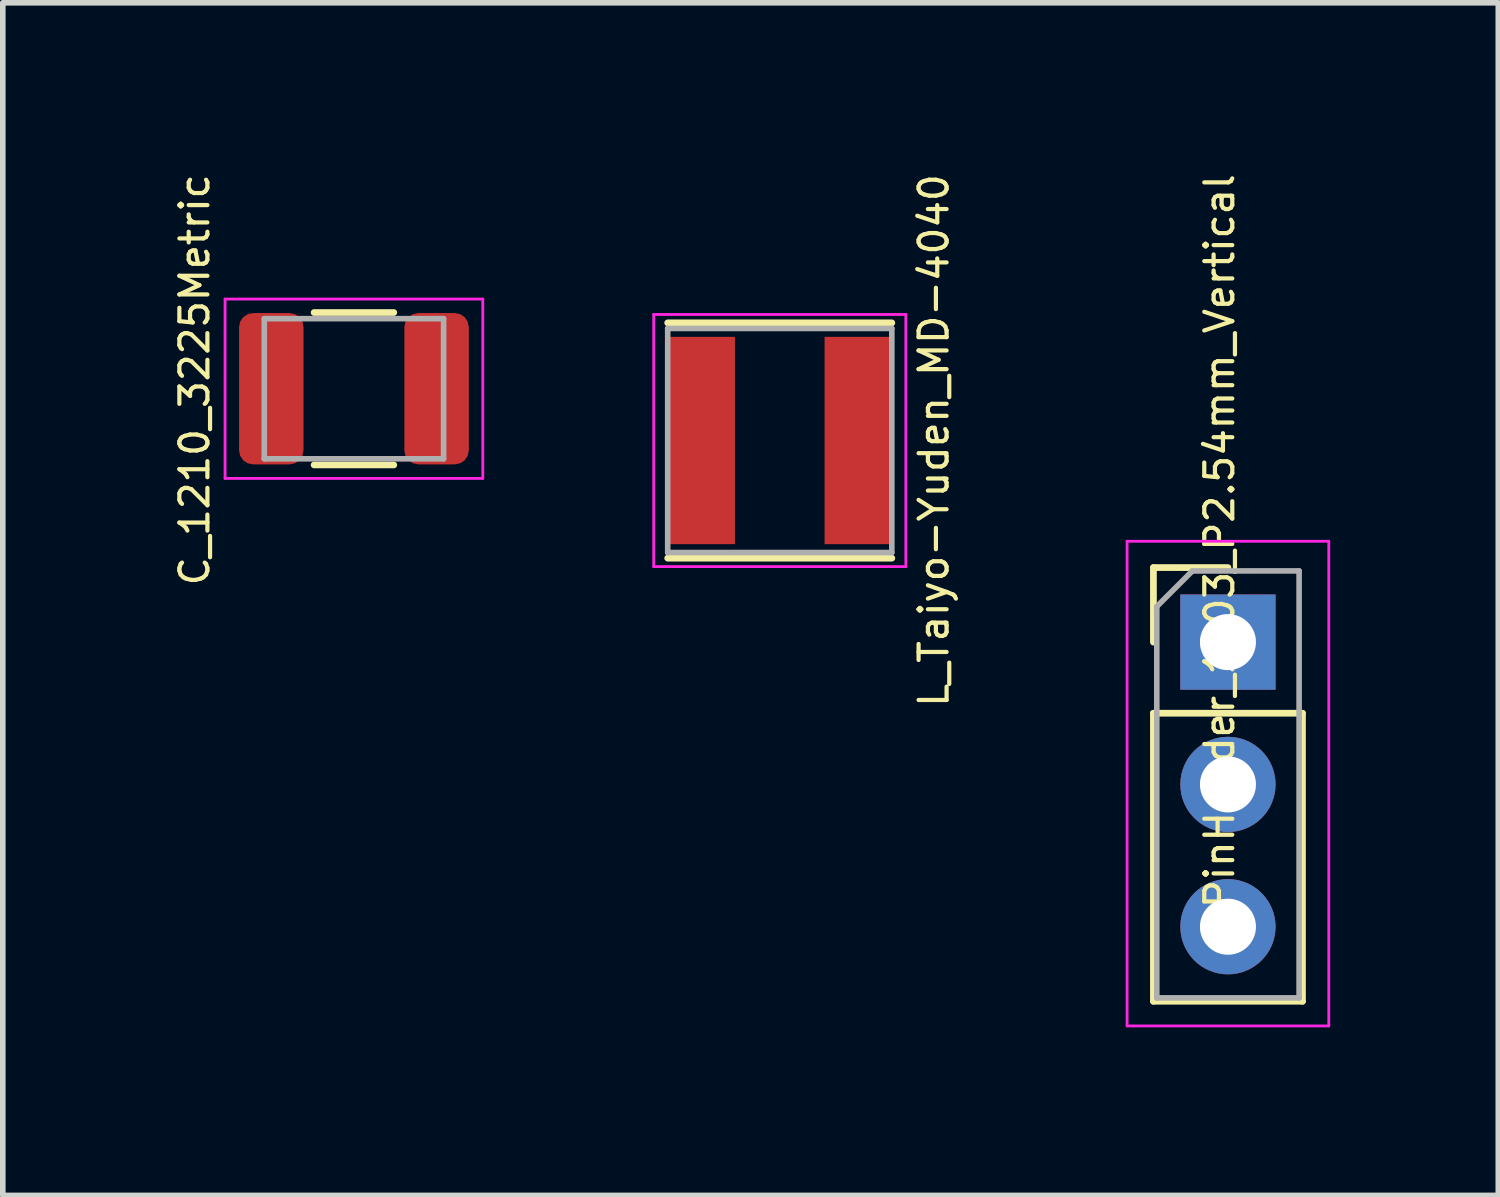
<source format=kicad_pcb>
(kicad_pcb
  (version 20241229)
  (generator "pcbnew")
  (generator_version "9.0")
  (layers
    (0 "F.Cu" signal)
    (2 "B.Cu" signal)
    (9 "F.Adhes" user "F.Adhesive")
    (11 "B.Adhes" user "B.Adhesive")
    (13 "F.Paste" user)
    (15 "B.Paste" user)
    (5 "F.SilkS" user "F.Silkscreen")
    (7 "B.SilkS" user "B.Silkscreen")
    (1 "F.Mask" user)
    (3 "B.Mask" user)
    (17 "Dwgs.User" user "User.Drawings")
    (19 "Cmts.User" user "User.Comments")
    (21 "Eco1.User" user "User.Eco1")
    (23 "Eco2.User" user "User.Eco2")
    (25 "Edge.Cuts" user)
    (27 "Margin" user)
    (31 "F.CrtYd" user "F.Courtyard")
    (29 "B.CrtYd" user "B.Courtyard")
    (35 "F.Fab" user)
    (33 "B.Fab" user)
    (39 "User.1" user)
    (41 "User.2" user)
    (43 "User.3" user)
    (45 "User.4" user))
  (footprint "C_1210_3225Metric"
    (layer "F.Cu")
    (at 3.267 3.888)
    (property "Reference" "C_1210_3225Metric" (at -2.843 -0.159 270) (layer "F.SilkS") (effects (font (size 0.5 0.5) (thickness 0.075))))
    (attr smd)
    (fp_line (start -0.711 -1.36) (end 0.711 -1.36) (stroke (width 0.12) (type solid)) (layer "F.SilkS"))
    (fp_line (start -0.711 1.36) (end 0.711 1.36) (stroke (width 0.12) (type solid)) (layer "F.SilkS"))
    (fp_line (start -2.3 -1.6) (end 2.3 -1.6) (stroke (width 0.05) (type solid)) (layer "F.CrtYd"))
    (fp_line (start -2.3 1.6) (end -2.3 -1.6) (stroke (width 0.05) (type solid)) (layer "F.CrtYd"))
    (fp_line (start 2.3 -1.6) (end 2.3 1.6) (stroke (width 0.05) (type solid)) (layer "F.CrtYd"))
    (fp_line (start 2.3 1.6) (end -2.3 1.6) (stroke (width 0.05) (type solid)) (layer "F.CrtYd"))
    (fp_line (start -1.6 -1.25) (end 1.6 -1.25) (stroke (width 0.1) (type solid)) (layer "F.Fab"))
    (fp_line (start -1.6 1.25) (end -1.6 -1.25) (stroke (width 0.1) (type solid)) (layer "F.Fab"))
    (fp_line (start 1.6 -1.25) (end 1.6 1.25) (stroke (width 0.1) (type solid)) (layer "F.Fab"))
    (fp_line (start 1.6 1.25) (end -1.6 1.25) (stroke (width 0.1) (type solid)) (layer "F.Fab"))
    (pad "1" smd roundrect (at -1.475 0) (size 1.15 2.7) (layers "F.Cu" "F.Mask" "F.Paste") (roundrect_rratio 0.217))
    (pad "2" smd roundrect (at 1.475 0) (size 1.15 2.7) (layers "F.Cu" "F.Mask" "F.Paste") (roundrect_rratio 0.217)))
  (footprint "L_Taiyo-Yuden_MD-4040"
    (layer "F.Cu")
    (at 10.867 4.812)
    (property "Reference" "L_Taiyo-Yuden_MD-4040" (at 2.75 0 270) (layer "F.SilkS") (effects (font (size 0.5 0.5) (thickness 0.075))))
    (attr smd)
    (fp_line (start -2 -2.1) (end 2 -2.1) (stroke (width 0.12) (type solid)) (layer "F.SilkS"))
    (fp_line (start -2 2.1) (end 2 2.1) (stroke (width 0.12) (type solid)) (layer "F.SilkS"))
    (fp_line (start -2.25 -2.25) (end -2.25 2.25) (stroke (width 0.05) (type solid)) (layer "F.CrtYd"))
    (fp_line (start -2.25 2.25) (end 2.25 2.25) (stroke (width 0.05) (type solid)) (layer "F.CrtYd"))
    (fp_line (start 2.25 -2.25) (end -2.25 -2.25) (stroke (width 0.05) (type solid)) (layer "F.CrtYd"))
    (fp_line (start 2.25 2.25) (end 2.25 -2.25) (stroke (width 0.05) (type solid)) (layer "F.CrtYd"))
    (fp_line (start -2 -2) (end -2 2) (stroke (width 0.1) (type solid)) (layer "F.Fab"))
    (fp_line (start -2 2) (end 2 2) (stroke (width 0.1) (type solid)) (layer "F.Fab"))
    (fp_line (start 2 -2) (end -2 -2) (stroke (width 0.1) (type solid)) (layer "F.Fab"))
    (fp_line (start 2 2) (end 2 -2) (stroke (width 0.1) (type solid)) (layer "F.Fab"))
    (pad "1" smd rect (at -1.4 0) (size 1.2 3.7) (layers "F.Cu" "F.Mask" "F.Paste"))
    (pad "2" smd rect (at 1.4 0) (size 1.2 3.7) (layers "F.Cu" "F.Mask" "F.Paste")))
  (footprint "PinHeader_1x03_P2.54mm_Vertical"
    (layer "F.Cu")
    (at 18.866 8.41)
    (property "Reference" "PinHeader_1x03_P2.54mm_Vertical" (at -0.15 -1.8 90) (layer "F.SilkS") (effects (font (size 0.5 0.5) (thickness 0.075))))
    (attr through_hole)
    (fp_line (start -1.33 -1.33) (end 0 -1.33) (stroke (width 0.12) (type solid)) (layer "F.SilkS"))
    (fp_line (start -1.33 0) (end -1.33 -1.33) (stroke (width 0.12) (type solid)) (layer "F.SilkS"))
    (fp_line (start -1.33 1.27) (end -1.33 6.41) (stroke (width 0.12) (type solid)) (layer "F.SilkS"))
    (fp_line (start -1.33 1.27) (end 1.33 1.27) (stroke (width 0.12) (type solid)) (layer "F.SilkS"))
    (fp_line (start -1.33 6.41) (end 1.33 6.41) (stroke (width 0.12) (type solid)) (layer "F.SilkS"))
    (fp_line (start 1.33 1.27) (end 1.33 6.41) (stroke (width 0.12) (type solid)) (layer "F.SilkS"))
    (fp_line (start -1.8 -1.8) (end -1.8 6.85) (stroke (width 0.05) (type solid)) (layer "F.CrtYd"))
    (fp_line (start -1.8 6.85) (end 1.8 6.85) (stroke (width 0.05) (type solid)) (layer "F.CrtYd"))
    (fp_line (start 1.8 -1.8) (end -1.8 -1.8) (stroke (width 0.05) (type solid)) (layer "F.CrtYd"))
    (fp_line (start 1.8 6.85) (end 1.8 -1.8) (stroke (width 0.05) (type solid)) (layer "F.CrtYd"))
    (fp_line (start -1.27 -0.635) (end -0.635 -1.27) (stroke (width 0.1) (type solid)) (layer "F.Fab"))
    (fp_line (start -1.27 6.35) (end -1.27 -0.635) (stroke (width 0.1) (type solid)) (layer "F.Fab"))
    (fp_line (start -0.635 -1.27) (end 1.27 -1.27) (stroke (width 0.1) (type solid)) (layer "F.Fab"))
    (fp_line (start 1.27 -1.27) (end 1.27 6.35) (stroke (width 0.1) (type solid)) (layer "F.Fab"))
    (fp_line (start 1.27 6.35) (end -1.27 6.35) (stroke (width 0.1) (type solid)) (layer "F.Fab"))
    (pad "1" thru_hole rect (at 0 0) (size 1.7 1.7) (drill 1) (layers "*.Cu" "*.Mask"))
    (pad "2" thru_hole oval (at 0 2.54) (size 1.7 1.7) (drill 1) (layers "*.Cu" "*.Mask"))
    (pad "3" thru_hole oval (at 0 5.08) (size 1.7 1.7) (drill 1) (layers "*.Cu" "*.Mask")))
  (gr_rect
    (start -3 -3)
    (end 23.691 18.285)
    (stroke (width 0.1) (type default))
    (fill no)
    (layer "Edge.Cuts")))
</source>
